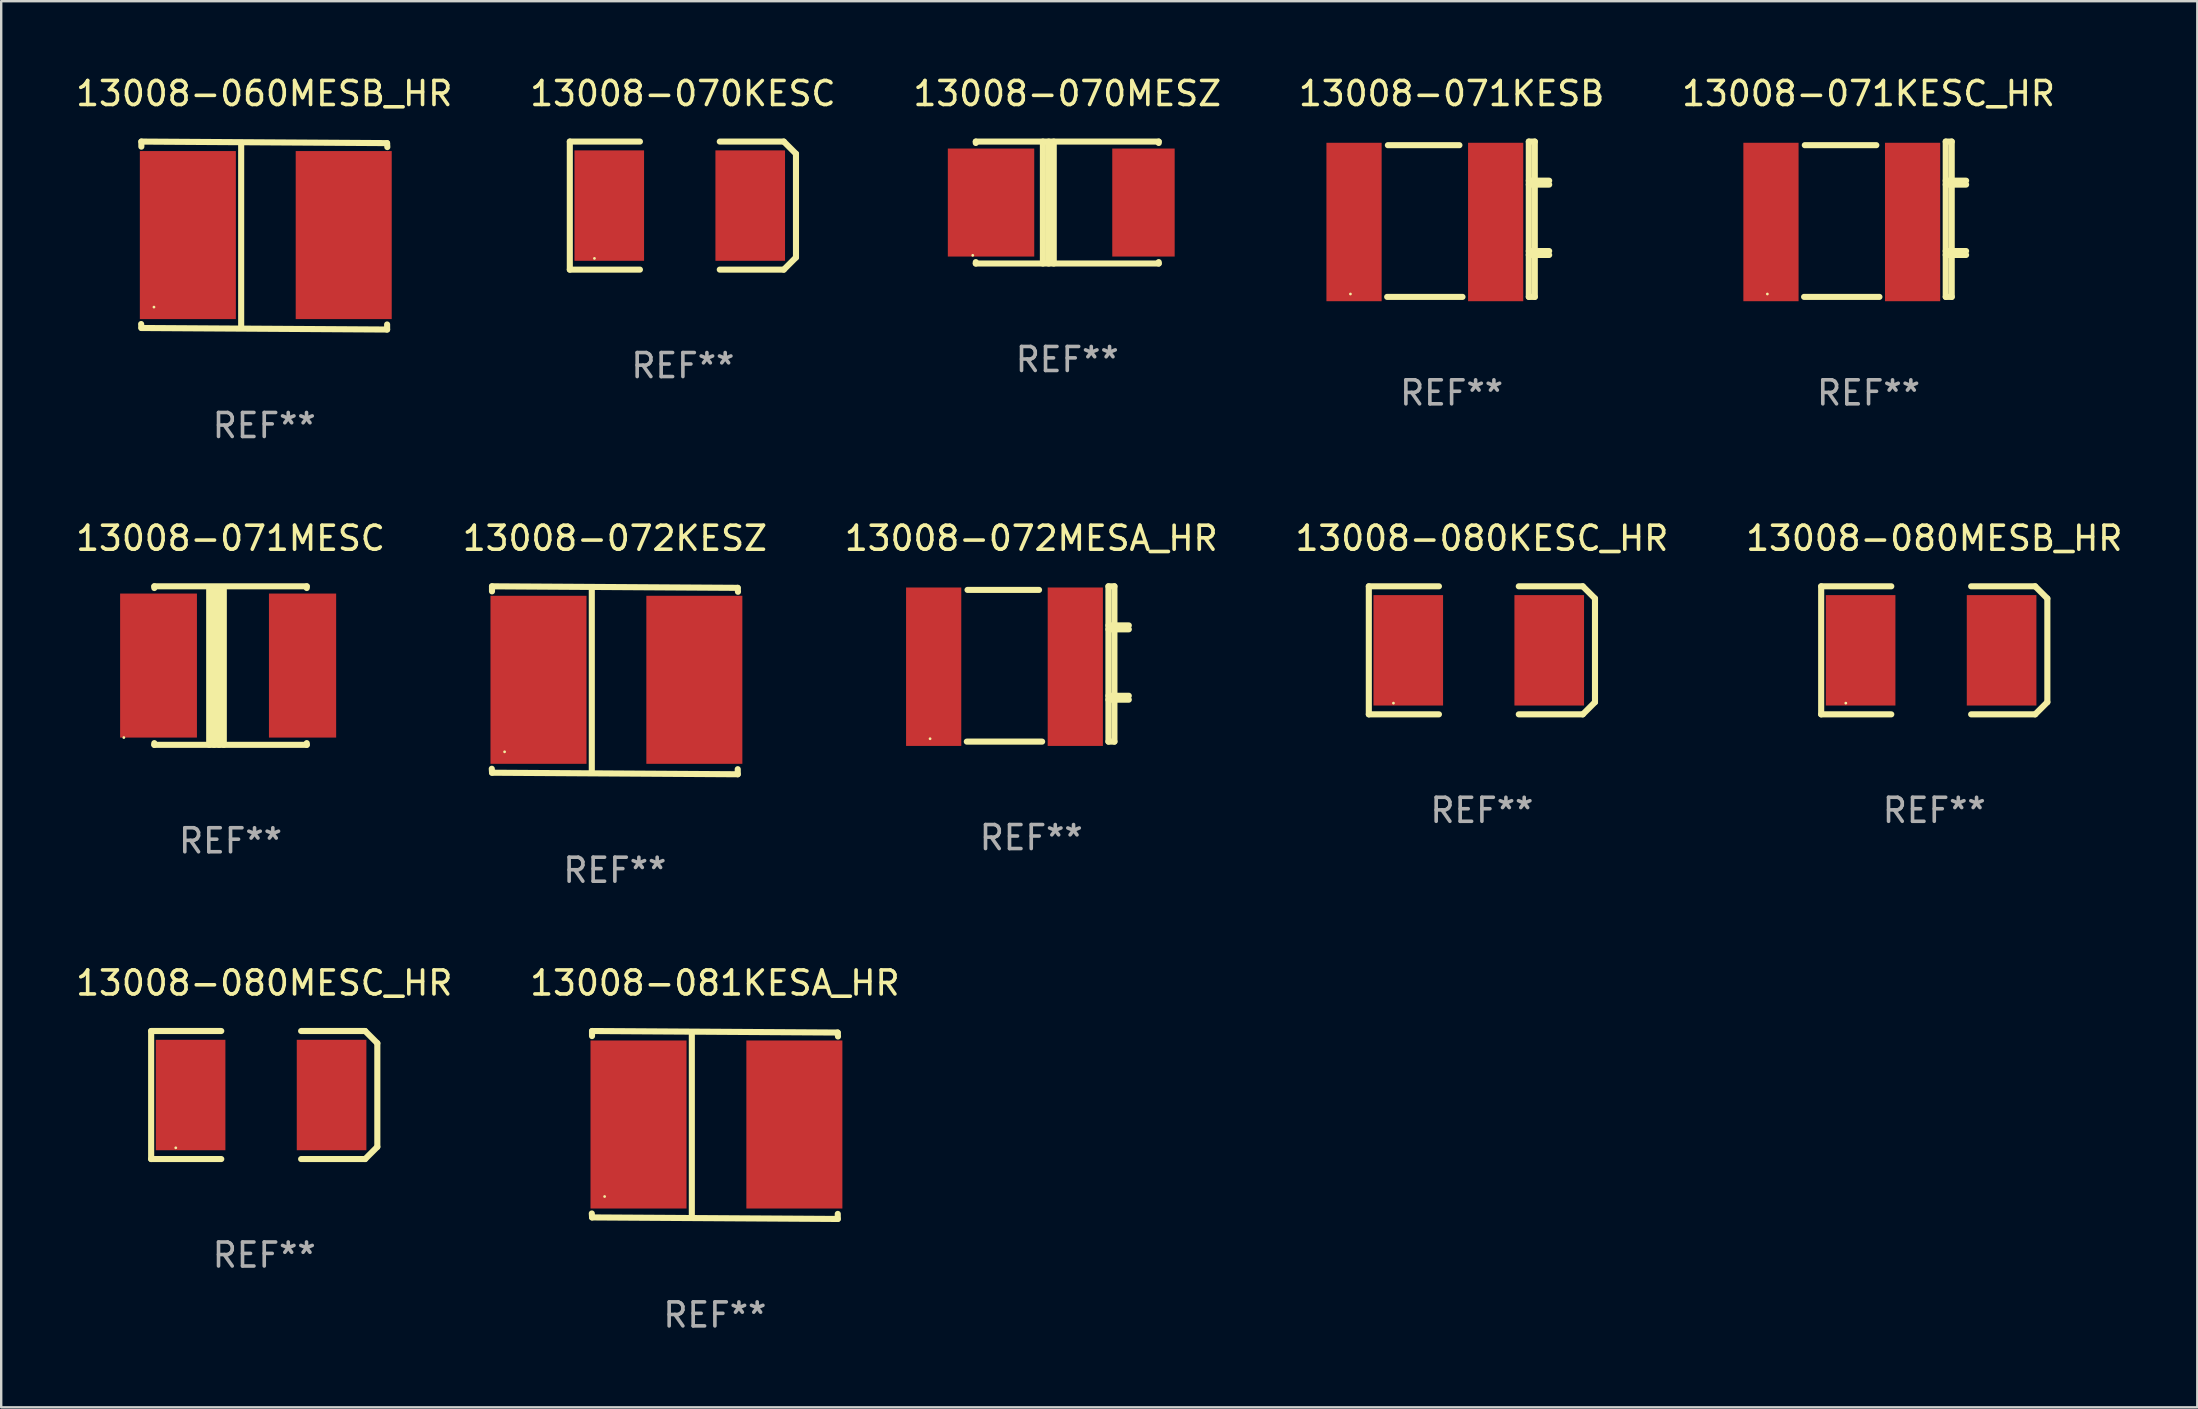
<source format=kicad_pcb>
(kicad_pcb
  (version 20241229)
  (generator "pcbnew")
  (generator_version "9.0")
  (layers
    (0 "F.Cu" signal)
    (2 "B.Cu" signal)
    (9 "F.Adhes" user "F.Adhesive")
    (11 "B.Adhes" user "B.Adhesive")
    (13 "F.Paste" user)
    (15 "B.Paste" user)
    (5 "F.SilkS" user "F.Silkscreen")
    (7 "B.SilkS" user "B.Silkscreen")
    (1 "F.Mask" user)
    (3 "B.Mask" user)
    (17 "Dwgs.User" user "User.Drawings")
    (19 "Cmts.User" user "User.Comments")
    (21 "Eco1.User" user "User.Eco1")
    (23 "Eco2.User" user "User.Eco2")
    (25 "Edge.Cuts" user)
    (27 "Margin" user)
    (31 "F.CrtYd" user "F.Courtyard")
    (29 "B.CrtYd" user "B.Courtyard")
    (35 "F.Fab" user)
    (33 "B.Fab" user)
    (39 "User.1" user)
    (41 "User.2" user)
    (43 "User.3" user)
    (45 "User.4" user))
  (footprint "13008-070KESC"
    (layer "F.Cu")
    (at 25.399 5.515)
    (property "Reference" "13008-070KESC" (at 0 -4.667 0) (layer "F.SilkS") (effects (font (size 1 1) (thickness 0.15))))
    (attr through_hole)
    (fp_line (start -4.711 -2.667) (end -4.711 2.667) (stroke (width 0.254) (type solid)) (layer "F.SilkS"))
    (fp_line (start -4.711 -2.667) (end -1.79 -2.667) (stroke (width 0.254) (type solid)) (layer "F.SilkS"))
    (fp_line (start -4.711 2.667) (end -1.79 2.667) (stroke (width 0.254) (type solid)) (layer "F.SilkS"))
    (fp_line (start 4.203 -2.667) (end 1.536 -2.667) (stroke (width 0.254) (type solid)) (layer "F.SilkS"))
    (fp_line (start 4.203 2.667) (end 1.536 2.667) (stroke (width 0.254) (type solid)) (layer "F.SilkS"))
    (fp_line (start 4.203 2.667) (end 4.711 2.159) (stroke (width 0.254) (type solid)) (layer "F.SilkS"))
    (fp_line (start 4.711 -2.159) (end 4.203 -2.667) (stroke (width 0.254) (type solid)) (layer "F.SilkS"))
    (fp_line (start 4.711 2.159) (end 4.711 -2.159) (stroke (width 0.254) (type solid)) (layer "F.SilkS"))
    (fp_circle (center -3.685 2.2) (end -3.655 2.2) (stroke (width 0.06) (type solid)) (fill no) (layer "F.SilkS"))
    (fp_text user "REF**" (at 0 6.667 0) (layer "F.Fab") (effects (font (size 1 1) (thickness 0.15))))
    (pad "1" smd rect (at -3.068 0) (size 2.9 4.6) (layers "F.Cu" "F.Mask" "F.Paste"))
    (pad "2" smd rect (at 2.805 0) (size 2.9 4.6) (layers "F.Cu" "F.Mask" "F.Paste")))
  (footprint "13008-071MESC"
    (layer "F.Cu")
    (at 6.554 24.677)
    (property "Reference" "13008-071MESC" (at 0 -5.302 0) (layer "F.SilkS") (effects (font (size 1 1) (thickness 0.15))))
    (attr through_hole)
    (fp_line (start -3.175 -3.231) (end -3.175 -3.302) (stroke (width 0.254) (type solid)) (layer "F.SilkS"))
    (fp_line (start -3.175 3.302) (end -3.175 3.231) (stroke (width 0.254) (type solid)) (layer "F.SilkS"))
    (fp_line (start -3.175 3.302) (end 3.175 3.302) (stroke (width 0.254) (type solid)) (layer "F.SilkS"))
    (fp_line (start -0.889 -3.175) (end -0.889 3.302) (stroke (width 0.254) (type solid)) (layer "F.SilkS"))
    (fp_line (start -0.688 -3.175) (end -0.688 3.302) (stroke (width 0.254) (type solid)) (layer "F.SilkS"))
    (fp_line (start -0.478 -3.175) (end -0.478 3.302) (stroke (width 0.254) (type solid)) (layer "F.SilkS"))
    (fp_line (start -0.281 -3.175) (end -0.281 3.302) (stroke (width 0.254) (type solid)) (layer "F.SilkS"))
    (fp_line (start 3.175 -3.302) (end -3.175 -3.302) (stroke (width 0.254) (type solid)) (layer "F.SilkS"))
    (fp_line (start 3.175 -3.302) (end 3.175 -3.231) (stroke (width 0.254) (type solid)) (layer "F.SilkS"))
    (fp_line (start 3.175 3.231) (end 3.175 3.302) (stroke (width 0.254) (type solid)) (layer "F.SilkS"))
    (fp_circle (center -4.445 3) (end -4.415 3) (stroke (width 0.06) (type solid)) (fill no) (layer "F.SilkS"))
    (fp_text user "REF**" (at 0 7.302 0) (layer "F.Fab") (effects (font (size 1 1) (thickness 0.15))))
    (pad "1" smd rect (at -3 0) (size 3.2 6) (layers "F.Cu" "F.Mask" "F.Paste"))
    (pad "2" smd rect (at 3 0) (size 2.8 6) (layers "F.Cu" "F.Mask" "F.Paste")))
  (footprint "13008-072MESA_HR"
    (layer "F.Cu")
    (at 39.911 24.61)
    (property "Reference" "13008-072MESA_HR" (at 0 -5.235 0) (layer "F.SilkS") (effects (font (size 1 1) (thickness 0.15))))
    (attr through_hole)
    (fp_line (start -2.655 -3.085) (end 0.325 -3.085) (stroke (width 0.254) (type solid)) (layer "F.SilkS"))
    (fp_line (start 0.454 3.235) (end -2.685 3.235) (stroke (width 0.254) (type solid)) (layer "F.SilkS"))
    (fp_line (start 3.215 1.325) (end 4.064 1.325) (stroke (width 0.254) (type solid)) (layer "F.SilkS"))
    (fp_line (start 3.215 1.488) (end 4.064 1.488) (stroke (width 0.254) (type solid)) (layer "F.SilkS"))
    (fp_line (start 3.216 -3.235) (end 3.216 3.235) (stroke (width 0.254) (type solid)) (layer "F.SilkS"))
    (fp_line (start 3.216 -3.235) (end 3.465 -3.235) (stroke (width 0.254) (type solid)) (layer "F.SilkS"))
    (fp_line (start 3.216 -1.606) (end 4.065 -1.606) (stroke (width 0.254) (type solid)) (layer "F.SilkS"))
    (fp_line (start 3.216 -1.443) (end 4.065 -1.443) (stroke (width 0.254) (type solid)) (layer "F.SilkS"))
    (fp_line (start 3.465 -3.235) (end 3.465 3.235) (stroke (width 0.254) (type solid)) (layer "F.SilkS"))
    (fp_line (start 3.465 3.235) (end 3.216 3.235) (stroke (width 0.254) (type solid)) (layer "F.SilkS"))
    (fp_circle (center -4.215 3.115) (end -4.185 3.115) (stroke (width 0.06) (type solid)) (fill no) (layer "F.SilkS"))
    (fp_text user "REF**" (at 0 7.235 0) (layer "F.Fab") (effects (font (size 1 1) (thickness 0.15))))
    (pad "1" smd rect (at -4.065 0.115) (size 2.3 6.6) (layers "F.Cu" "F.Mask" "F.Paste"))
    (pad "2" smd rect (at 1.835 0.115) (size 2.3 6.6) (layers "F.Cu" "F.Mask" "F.Paste")))
  (footprint "13008-071KESB"
    (layer "F.Cu")
    (at 57.423 6.083)
    (property "Reference" "13008-071KESB" (at 0 -5.235 0) (layer "F.SilkS") (effects (font (size 1 1) (thickness 0.15))))
    (attr through_hole)
    (fp_line (start -2.655 -3.085) (end 0.325 -3.085) (stroke (width 0.254) (type solid)) (layer "F.SilkS"))
    (fp_line (start 0.454 3.235) (end -2.685 3.235) (stroke (width 0.254) (type solid)) (layer "F.SilkS"))
    (fp_line (start 3.215 1.325) (end 4.064 1.325) (stroke (width 0.254) (type solid)) (layer "F.SilkS"))
    (fp_line (start 3.215 1.488) (end 4.064 1.488) (stroke (width 0.254) (type solid)) (layer "F.SilkS"))
    (fp_line (start 3.216 -3.235) (end 3.216 3.235) (stroke (width 0.254) (type solid)) (layer "F.SilkS"))
    (fp_line (start 3.216 -3.235) (end 3.465 -3.235) (stroke (width 0.254) (type solid)) (layer "F.SilkS"))
    (fp_line (start 3.216 -1.606) (end 4.065 -1.606) (stroke (width 0.254) (type solid)) (layer "F.SilkS"))
    (fp_line (start 3.216 -1.443) (end 4.065 -1.443) (stroke (width 0.254) (type solid)) (layer "F.SilkS"))
    (fp_line (start 3.465 -3.235) (end 3.465 3.235) (stroke (width 0.254) (type solid)) (layer "F.SilkS"))
    (fp_line (start 3.465 3.235) (end 3.216 3.235) (stroke (width 0.254) (type solid)) (layer "F.SilkS"))
    (fp_circle (center -4.215 3.115) (end -4.185 3.115) (stroke (width 0.06) (type solid)) (fill no) (layer "F.SilkS"))
    (fp_text user "REF**" (at 0 7.235 0) (layer "F.Fab") (effects (font (size 1 1) (thickness 0.15))))
    (pad "1" smd rect (at -4.065 0.115) (size 2.3 6.6) (layers "F.Cu" "F.Mask" "F.Paste"))
    (pad "2" smd rect (at 1.835 0.115) (size 2.3 6.6) (layers "F.Cu" "F.Mask" "F.Paste")))
  (footprint "13008-071KESC_HR"
    (layer "F.Cu")
    (at 74.792 6.083)
    (property "Reference" "13008-071KESC_HR" (at 0 -5.235 0) (layer "F.SilkS") (effects (font (size 1 1) (thickness 0.15))))
    (attr through_hole)
    (fp_line (start -2.655 -3.085) (end 0.325 -3.085) (stroke (width 0.254) (type solid)) (layer "F.SilkS"))
    (fp_line (start 0.454 3.235) (end -2.685 3.235) (stroke (width 0.254) (type solid)) (layer "F.SilkS"))
    (fp_line (start 3.215 1.325) (end 4.064 1.325) (stroke (width 0.254) (type solid)) (layer "F.SilkS"))
    (fp_line (start 3.215 1.488) (end 4.064 1.488) (stroke (width 0.254) (type solid)) (layer "F.SilkS"))
    (fp_line (start 3.216 -3.235) (end 3.216 3.235) (stroke (width 0.254) (type solid)) (layer "F.SilkS"))
    (fp_line (start 3.216 -3.235) (end 3.465 -3.235) (stroke (width 0.254) (type solid)) (layer "F.SilkS"))
    (fp_line (start 3.216 -1.606) (end 4.065 -1.606) (stroke (width 0.254) (type solid)) (layer "F.SilkS"))
    (fp_line (start 3.216 -1.443) (end 4.065 -1.443) (stroke (width 0.254) (type solid)) (layer "F.SilkS"))
    (fp_line (start 3.465 -3.235) (end 3.465 3.235) (stroke (width 0.254) (type solid)) (layer "F.SilkS"))
    (fp_line (start 3.465 3.235) (end 3.216 3.235) (stroke (width 0.254) (type solid)) (layer "F.SilkS"))
    (fp_circle (center -4.215 3.115) (end -4.185 3.115) (stroke (width 0.06) (type solid)) (fill no) (layer "F.SilkS"))
    (fp_text user "REF**" (at 0 7.235 0) (layer "F.Fab") (effects (font (size 1 1) (thickness 0.15))))
    (pad "1" smd rect (at -4.065 0.115) (size 2.3 6.6) (layers "F.Cu" "F.Mask" "F.Paste"))
    (pad "2" smd rect (at 1.835 0.115) (size 2.3 6.6) (layers "F.Cu" "F.Mask" "F.Paste")))
  (footprint "13008-072KESZ"
    (layer "F.Cu")
    (at 22.565 25.29)
    (property "Reference" "13008-072KESZ" (at 0 -5.915 0) (layer "F.SilkS") (effects (font (size 1 1) (thickness 0.15))))
    (attr through_hole)
    (fp_line (start -5.119 -3.915) (end 5.117 -3.851) (stroke (width 0.254) (type solid)) (layer "F.SilkS"))
    (fp_line (start -5.119 -3.704) (end -5.119 -3.915) (stroke (width 0.254) (type solid)) (layer "F.SilkS"))
    (fp_line (start -5.117 3.851) (end -5.128 3.686) (stroke (width 0.254) (type solid)) (layer "F.SilkS"))
    (fp_line (start -0.961 -3.801) (end -0.961 3.824) (stroke (width 0.254) (type solid)) (layer "F.SilkS"))
    (fp_line (start 5.117 -3.851) (end 5.128 -3.686) (stroke (width 0.254) (type solid)) (layer "F.SilkS"))
    (fp_line (start 5.119 3.704) (end 5.119 3.915) (stroke (width 0.254) (type solid)) (layer "F.SilkS"))
    (fp_line (start 5.119 3.915) (end -5.117 3.851) (stroke (width 0.254) (type solid)) (layer "F.SilkS"))
    (fp_circle (center -4.594 2.98) (end -4.564 2.98) (stroke (width 0.06) (type solid)) (fill no) (layer "F.SilkS"))
    (fp_text user "REF**" (at 0 7.915 0) (layer "F.Fab") (effects (font (size 1 1) (thickness 0.15))))
    (pad "1" smd rect (at -3.182 -0.02) (size 4 7) (layers "F.Cu" "F.Mask" "F.Paste"))
    (pad "2" smd rect (at 3.311 -0.02) (size 4 7) (layers "F.Cu" "F.Mask" "F.Paste")))
  (footprint "13008-080MESC_HR"
    (layer "F.Cu")
    (at 7.958 42.568)
    (property "Reference" "13008-080MESC_HR" (at 0 -4.667 0) (layer "F.SilkS") (effects (font (size 1 1) (thickness 0.15))))
    (attr through_hole)
    (fp_line (start -4.711 -2.667) (end -4.711 2.667) (stroke (width 0.254) (type solid)) (layer "F.SilkS"))
    (fp_line (start -4.711 -2.667) (end -1.79 -2.667) (stroke (width 0.254) (type solid)) (layer "F.SilkS"))
    (fp_line (start -4.711 2.667) (end -1.79 2.667) (stroke (width 0.254) (type solid)) (layer "F.SilkS"))
    (fp_line (start 4.203 -2.667) (end 1.536 -2.667) (stroke (width 0.254) (type solid)) (layer "F.SilkS"))
    (fp_line (start 4.203 2.667) (end 1.536 2.667) (stroke (width 0.254) (type solid)) (layer "F.SilkS"))
    (fp_line (start 4.203 2.667) (end 4.711 2.159) (stroke (width 0.254) (type solid)) (layer "F.SilkS"))
    (fp_line (start 4.711 -2.159) (end 4.203 -2.667) (stroke (width 0.254) (type solid)) (layer "F.SilkS"))
    (fp_line (start 4.711 2.159) (end 4.711 -2.159) (stroke (width 0.254) (type solid)) (layer "F.SilkS"))
    (fp_circle (center -3.685 2.2) (end -3.655 2.2) (stroke (width 0.06) (type solid)) (fill no) (layer "F.SilkS"))
    (fp_text user "REF**" (at 0 6.667 0) (layer "F.Fab") (effects (font (size 1 1) (thickness 0.15))))
    (pad "1" smd rect (at -3.068 0) (size 2.9 4.6) (layers "F.Cu" "F.Mask" "F.Paste"))
    (pad "2" smd rect (at 2.805 0) (size 2.9 4.6) (layers "F.Cu" "F.Mask" "F.Paste")))
  (footprint "13008-080KESC_HR"
    (layer "F.Cu")
    (at 58.685 24.042)
    (property "Reference" "13008-080KESC_HR" (at 0 -4.667 0) (layer "F.SilkS") (effects (font (size 1 1) (thickness 0.15))))
    (attr through_hole)
    (fp_line (start -4.711 -2.667) (end -4.711 2.667) (stroke (width 0.254) (type solid)) (layer "F.SilkS"))
    (fp_line (start -4.711 -2.667) (end -1.79 -2.667) (stroke (width 0.254) (type solid)) (layer "F.SilkS"))
    (fp_line (start -4.711 2.667) (end -1.79 2.667) (stroke (width 0.254) (type solid)) (layer "F.SilkS"))
    (fp_line (start 4.203 -2.667) (end 1.536 -2.667) (stroke (width 0.254) (type solid)) (layer "F.SilkS"))
    (fp_line (start 4.203 2.667) (end 1.536 2.667) (stroke (width 0.254) (type solid)) (layer "F.SilkS"))
    (fp_line (start 4.203 2.667) (end 4.711 2.159) (stroke (width 0.254) (type solid)) (layer "F.SilkS"))
    (fp_line (start 4.711 -2.159) (end 4.203 -2.667) (stroke (width 0.254) (type solid)) (layer "F.SilkS"))
    (fp_line (start 4.711 2.159) (end 4.711 -2.159) (stroke (width 0.254) (type solid)) (layer "F.SilkS"))
    (fp_circle (center -3.685 2.2) (end -3.655 2.2) (stroke (width 0.06) (type solid)) (fill no) (layer "F.SilkS"))
    (fp_text user "REF**" (at 0 6.667 0) (layer "F.Fab") (effects (font (size 1 1) (thickness 0.15))))
    (pad "1" smd rect (at -3.068 0) (size 2.9 4.6) (layers "F.Cu" "F.Mask" "F.Paste"))
    (pad "2" smd rect (at 2.805 0) (size 2.9 4.6) (layers "F.Cu" "F.Mask" "F.Paste")))
  (footprint "13008-060MESB_HR"
    (layer "F.Cu")
    (at 7.958 6.763)
    (property "Reference" "13008-060MESB_HR" (at 0 -5.915 0) (layer "F.SilkS") (effects (font (size 1 1) (thickness 0.15))))
    (attr through_hole)
    (fp_line (start -5.119 -3.915) (end 5.117 -3.851) (stroke (width 0.254) (type solid)) (layer "F.SilkS"))
    (fp_line (start -5.119 -3.704) (end -5.119 -3.915) (stroke (width 0.254) (type solid)) (layer "F.SilkS"))
    (fp_line (start -5.117 3.851) (end -5.128 3.686) (stroke (width 0.254) (type solid)) (layer "F.SilkS"))
    (fp_line (start -0.961 -3.801) (end -0.961 3.824) (stroke (width 0.254) (type solid)) (layer "F.SilkS"))
    (fp_line (start 5.117 -3.851) (end 5.128 -3.686) (stroke (width 0.254) (type solid)) (layer "F.SilkS"))
    (fp_line (start 5.119 3.704) (end 5.119 3.915) (stroke (width 0.254) (type solid)) (layer "F.SilkS"))
    (fp_line (start 5.119 3.915) (end -5.117 3.851) (stroke (width 0.254) (type solid)) (layer "F.SilkS"))
    (fp_circle (center -4.594 2.98) (end -4.564 2.98) (stroke (width 0.06) (type solid)) (fill no) (layer "F.SilkS"))
    (fp_text user "REF**" (at 0 7.915 0) (layer "F.Fab") (effects (font (size 1 1) (thickness 0.15))))
    (pad "1" smd rect (at -3.182 -0.02) (size 4 7) (layers "F.Cu" "F.Mask" "F.Paste"))
    (pad "2" smd rect (at 3.311 -0.02) (size 4 7) (layers "F.Cu" "F.Mask" "F.Paste")))
  (footprint "13008-080MESB_HR"
    (layer "F.Cu")
    (at 77.53 24.042)
    (property "Reference" "13008-080MESB_HR" (at 0 -4.667 0) (layer "F.SilkS") (effects (font (size 1 1) (thickness 0.15))))
    (attr through_hole)
    (fp_line (start -4.711 -2.667) (end -4.711 2.667) (stroke (width 0.254) (type solid)) (layer "F.SilkS"))
    (fp_line (start -4.711 -2.667) (end -1.79 -2.667) (stroke (width 0.254) (type solid)) (layer "F.SilkS"))
    (fp_line (start -4.711 2.667) (end -1.79 2.667) (stroke (width 0.254) (type solid)) (layer "F.SilkS"))
    (fp_line (start 4.203 -2.667) (end 1.536 -2.667) (stroke (width 0.254) (type solid)) (layer "F.SilkS"))
    (fp_line (start 4.203 2.667) (end 1.536 2.667) (stroke (width 0.254) (type solid)) (layer "F.SilkS"))
    (fp_line (start 4.203 2.667) (end 4.711 2.159) (stroke (width 0.254) (type solid)) (layer "F.SilkS"))
    (fp_line (start 4.711 -2.159) (end 4.203 -2.667) (stroke (width 0.254) (type solid)) (layer "F.SilkS"))
    (fp_line (start 4.711 2.159) (end 4.711 -2.159) (stroke (width 0.254) (type solid)) (layer "F.SilkS"))
    (fp_circle (center -3.685 2.2) (end -3.655 2.2) (stroke (width 0.06) (type solid)) (fill no) (layer "F.SilkS"))
    (fp_text user "REF**" (at 0 6.667 0) (layer "F.Fab") (effects (font (size 1 1) (thickness 0.15))))
    (pad "1" smd rect (at -3.068 0) (size 2.9 4.6) (layers "F.Cu" "F.Mask" "F.Paste"))
    (pad "2" smd rect (at 2.805 0) (size 2.9 4.6) (layers "F.Cu" "F.Mask" "F.Paste")))
  (footprint "13008-081KESA_HR"
    (layer "F.Cu")
    (at 26.732 43.816)
    (property "Reference" "13008-081KESA_HR" (at 0 -5.915 0) (layer "F.SilkS") (effects (font (size 1 1) (thickness 0.15))))
    (attr through_hole)
    (fp_line (start -5.119 -3.915) (end 5.117 -3.851) (stroke (width 0.254) (type solid)) (layer "F.SilkS"))
    (fp_line (start -5.119 -3.704) (end -5.119 -3.915) (stroke (width 0.254) (type solid)) (layer "F.SilkS"))
    (fp_line (start -5.117 3.851) (end -5.128 3.686) (stroke (width 0.254) (type solid)) (layer "F.SilkS"))
    (fp_line (start -0.961 -3.801) (end -0.961 3.824) (stroke (width 0.254) (type solid)) (layer "F.SilkS"))
    (fp_line (start 5.117 -3.851) (end 5.128 -3.686) (stroke (width 0.254) (type solid)) (layer "F.SilkS"))
    (fp_line (start 5.119 3.704) (end 5.119 3.915) (stroke (width 0.254) (type solid)) (layer "F.SilkS"))
    (fp_line (start 5.119 3.915) (end -5.117 3.851) (stroke (width 0.254) (type solid)) (layer "F.SilkS"))
    (fp_circle (center -4.594 2.98) (end -4.564 2.98) (stroke (width 0.06) (type solid)) (fill no) (layer "F.SilkS"))
    (fp_text user "REF**" (at 0 7.915 0) (layer "F.Fab") (effects (font (size 1 1) (thickness 0.15))))
    (pad "1" smd rect (at -3.182 -0.02) (size 4 7) (layers "F.Cu" "F.Mask" "F.Paste"))
    (pad "2" smd rect (at 3.311 -0.02) (size 4 7) (layers "F.Cu" "F.Mask" "F.Paste")))
  (footprint "13008-070MESZ"
    (layer "F.Cu")
    (at 41.411 5.388)
    (property "Reference" "13008-070MESZ" (at 0 -4.54 0) (layer "F.SilkS") (effects (font (size 1 1) (thickness 0.15))))
    (attr through_hole)
    (fp_line (start -3.81 -2.54) (end -3.81 -2.481) (stroke (width 0.254) (type solid)) (layer "F.SilkS"))
    (fp_line (start -3.81 -2.54) (end 3.81 -2.54) (stroke (width 0.254) (type solid)) (layer "F.SilkS"))
    (fp_line (start -3.81 2.481) (end -3.81 2.54) (stroke (width 0.254) (type solid)) (layer "F.SilkS"))
    (fp_line (start -3.81 2.54) (end 3.81 2.54) (stroke (width 0.254) (type solid)) (layer "F.SilkS"))
    (fp_line (start -1.014 -2.54) (end -1.014 2.54) (stroke (width 0.254) (type solid)) (layer "F.SilkS"))
    (fp_line (start -0.774 -2.54) (end -0.774 2.54) (stroke (width 0.254) (type solid)) (layer "F.SilkS"))
    (fp_line (start -0.563 -2.54) (end -0.563 2.54) (stroke (width 0.254) (type solid)) (layer "F.SilkS"))
    (fp_line (start 3.81 -2.481) (end 3.81 -2.54) (stroke (width 0.254) (type solid)) (layer "F.SilkS"))
    (fp_line (start 3.81 2.54) (end 3.81 2.481) (stroke (width 0.254) (type solid)) (layer "F.SilkS"))
    (fp_circle (center -3.937 2.2) (end -3.907 2.2) (stroke (width 0.06) (type solid)) (fill no) (layer "F.SilkS"))
    (fp_text user "REF**" (at 0 6.54 0) (layer "F.Fab") (effects (font (size 1 1) (thickness 0.15))))
    (pad "1" smd rect (at -3.175 0) (size 3.6 4.5) (layers "F.Cu" "F.Mask" "F.Paste"))
    (pad "2" smd rect (at 3.175 0) (size 2.6 4.5) (layers "F.Cu" "F.Mask" "F.Paste")))
  (gr_rect
    (start -3 -3)
    (end 88.488 55.579)
    (stroke (width 0.1) (type default))
    (fill no)
    (layer "Edge.Cuts")))
</source>
